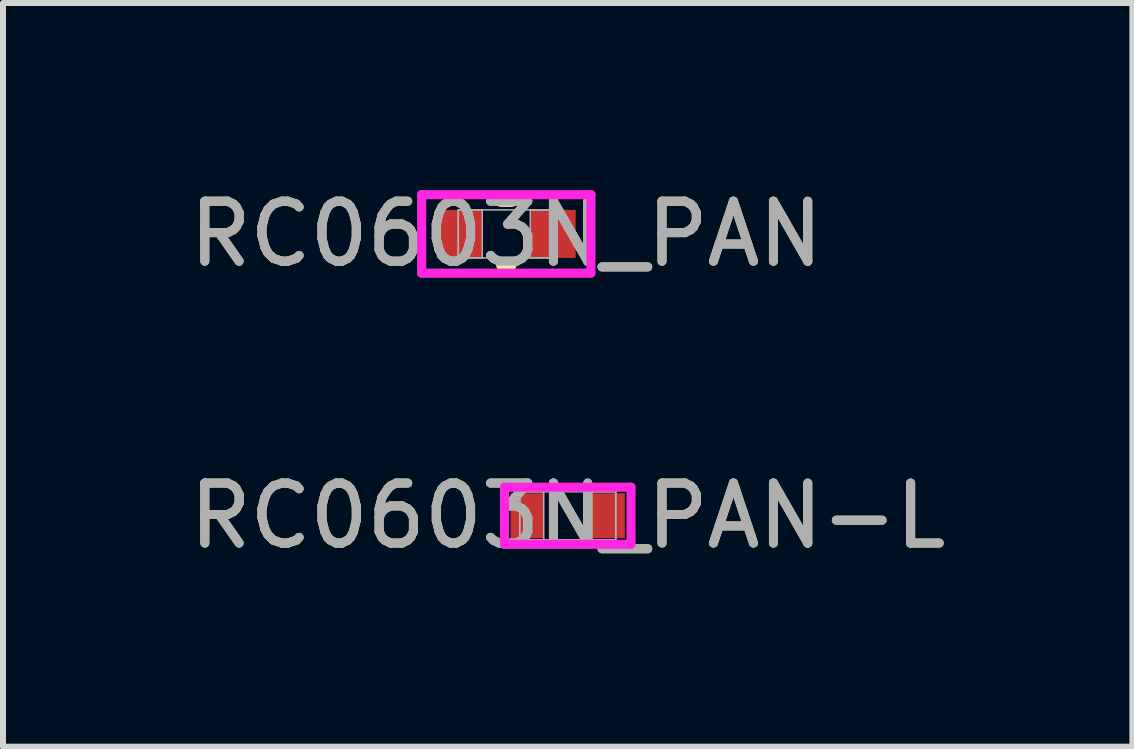
<source format=kicad_pcb>
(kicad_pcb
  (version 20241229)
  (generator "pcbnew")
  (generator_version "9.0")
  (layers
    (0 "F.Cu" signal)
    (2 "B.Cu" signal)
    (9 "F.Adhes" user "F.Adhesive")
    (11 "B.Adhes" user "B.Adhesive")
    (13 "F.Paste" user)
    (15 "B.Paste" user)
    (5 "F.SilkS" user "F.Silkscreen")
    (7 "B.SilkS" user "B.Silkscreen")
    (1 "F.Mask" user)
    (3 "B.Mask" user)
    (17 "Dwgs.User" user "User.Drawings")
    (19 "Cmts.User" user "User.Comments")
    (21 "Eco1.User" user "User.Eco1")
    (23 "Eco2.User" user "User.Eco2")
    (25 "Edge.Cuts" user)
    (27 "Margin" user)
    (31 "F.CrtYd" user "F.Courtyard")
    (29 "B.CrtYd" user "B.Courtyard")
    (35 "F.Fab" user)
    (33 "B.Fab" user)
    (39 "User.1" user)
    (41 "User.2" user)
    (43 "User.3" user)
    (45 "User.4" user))
  (footprint "RC0603N_PAN-L"
    (layer "F.Cu")
    (at 6.411 5.545)
    (property "Reference" "RC0603N_PAN-L" (at 0 0 0) (unlocked yes) (layer "F.SilkS") (effects (font (size 1 1) (thickness 0.15))))
    (attr smd)
    (fp_line (start -1.054 -0.476) (end 1.054 -0.476) (stroke (width 0.152) (type solid)) (layer "F.CrtYd"))
    (fp_line (start -1.054 0.476) (end -1.054 -0.476) (stroke (width 0.152) (type solid)) (layer "F.CrtYd"))
    (fp_line (start 1.054 -0.476) (end 1.054 0.476) (stroke (width 0.152) (type solid)) (layer "F.CrtYd"))
    (fp_line (start 1.054 0.476) (end -1.054 0.476) (stroke (width 0.152) (type solid)) (layer "F.CrtYd"))
    (fp_line (start -0.8 -0.4) (end -0.8 0.4) (stroke (width 0.025) (type solid)) (layer "F.Fab"))
    (fp_line (start -0.8 -0.4) (end -0.8 0.4) (stroke (width 0.025) (type solid)) (layer "F.Fab"))
    (fp_line (start -0.8 0.4) (end -0.4 0.4) (stroke (width 0.025) (type solid)) (layer "F.Fab"))
    (fp_line (start -0.8 0.4) (end 0.8 0.4) (stroke (width 0.025) (type solid)) (layer "F.Fab"))
    (fp_line (start -0.4 -0.4) (end -0.8 -0.4) (stroke (width 0.025) (type solid)) (layer "F.Fab"))
    (fp_line (start -0.4 0.4) (end -0.4 -0.4) (stroke (width 0.025) (type solid)) (layer "F.Fab"))
    (fp_line (start 0.4 -0.4) (end 0.4 0.4) (stroke (width 0.025) (type solid)) (layer "F.Fab"))
    (fp_line (start 0.4 0.4) (end 0.8 0.4) (stroke (width 0.025) (type solid)) (layer "F.Fab"))
    (fp_line (start 0.8 -0.4) (end -0.8 -0.4) (stroke (width 0.025) (type solid)) (layer "F.Fab"))
    (fp_line (start 0.8 -0.4) (end 0.4 -0.4) (stroke (width 0.025) (type solid)) (layer "F.Fab"))
    (fp_line (start 0.8 0.4) (end 0.8 -0.4) (stroke (width 0.025) (type solid)) (layer "F.Fab"))
    (fp_line (start 0.8 0.4) (end 0.8 -0.4) (stroke (width 0.025) (type solid)) (layer "F.Fab"))
    (fp_text user "${REFERENCE}" (at 0 0 0) (unlocked yes) (layer "F.Fab") (effects (font (size 1 1) (thickness 0.15))))
    (pad "1" smd rect (at -0.676 0) (size 0.552 0.749) (layers "F.Cu" "F.Mask" "F.Paste"))
    (pad "2" smd rect (at 0.676 0) (size 0.552 0.749) (layers "F.Cu" "F.Mask" "F.Paste"))
    (zone (net_name "") (layer "F.Cu") (hatch full 0.508) (connect_pads) (min_thickness 0.254) (filled_areas_thickness no) (keepout (tracks not_allowed) (vias not_allowed) (pads allowed) (copperpour not_allowed) (footprints allowed)) (placement (enabled no)) (fill) (polygon (pts (xy 6.062 5.196) (xy 6.76 5.196) (xy 6.76 5.894) (xy 6.062 5.894)))))
  (footprint "RC0603N_PAN"
    (layer "F.Cu")
    (at 5.387 0.848)
    (property "Reference" "RC0603N_PAN" (at 0 0 0) (unlocked yes) (layer "F.SilkS") (effects (font (size 1 1) (thickness 0.15))))
    (attr smd)
    (fp_line (start -0.092 0.527) (end 0.092 0.527) (stroke (width 0.152) (type solid)) (layer "F.SilkS"))
    (fp_line (start 0.092 -0.527) (end -0.092 -0.527) (stroke (width 0.152) (type solid)) (layer "F.SilkS"))
    (fp_line (start -1.41 -0.654) (end 1.41 -0.654) (stroke (width 0.152) (type solid)) (layer "F.CrtYd"))
    (fp_line (start -1.41 0.654) (end -1.41 -0.654) (stroke (width 0.152) (type solid)) (layer "F.CrtYd"))
    (fp_line (start 1.41 -0.654) (end 1.41 0.654) (stroke (width 0.152) (type solid)) (layer "F.CrtYd"))
    (fp_line (start 1.41 0.654) (end -1.41 0.654) (stroke (width 0.152) (type solid)) (layer "F.CrtYd"))
    (fp_line (start -0.8 -0.4) (end -0.8 0.4) (stroke (width 0.025) (type solid)) (layer "F.Fab"))
    (fp_line (start -0.8 -0.4) (end -0.8 0.4) (stroke (width 0.025) (type solid)) (layer "F.Fab"))
    (fp_line (start -0.8 0.4) (end -0.4 0.4) (stroke (width 0.025) (type solid)) (layer "F.Fab"))
    (fp_line (start -0.8 0.4) (end 0.8 0.4) (stroke (width 0.025) (type solid)) (layer "F.Fab"))
    (fp_line (start -0.4 -0.4) (end -0.8 -0.4) (stroke (width 0.025) (type solid)) (layer "F.Fab"))
    (fp_line (start -0.4 0.4) (end -0.4 -0.4) (stroke (width 0.025) (type solid)) (layer "F.Fab"))
    (fp_line (start 0.4 -0.4) (end 0.4 0.4) (stroke (width 0.025) (type solid)) (layer "F.Fab"))
    (fp_line (start 0.4 0.4) (end 0.8 0.4) (stroke (width 0.025) (type solid)) (layer "F.Fab"))
    (fp_line (start 0.8 -0.4) (end -0.8 -0.4) (stroke (width 0.025) (type solid)) (layer "F.Fab"))
    (fp_line (start 0.8 -0.4) (end 0.4 -0.4) (stroke (width 0.025) (type solid)) (layer "F.Fab"))
    (fp_line (start 0.8 0.4) (end 0.8 -0.4) (stroke (width 0.025) (type solid)) (layer "F.Fab"))
    (fp_line (start 0.8 0.4) (end 0.8 -0.4) (stroke (width 0.025) (type solid)) (layer "F.Fab"))
    (fp_text user "${REFERENCE}" (at 0 0 0) (unlocked yes) (layer "F.Fab") (effects (font (size 1 1) (thickness 0.15))))
    (pad "1" smd rect (at -0.778 0) (size 0.756 0.8) (layers "F.Cu" "F.Mask" "F.Paste"))
    (pad "2" smd rect (at 0.778 0) (size 0.756 0.8) (layers "F.Cu" "F.Mask" "F.Paste"))
    (zone (net_name "") (layer "F.Cu") (hatch full 0.508) (connect_pads) (min_thickness 0.254) (filled_areas_thickness no) (keepout (tracks not_allowed) (vias not_allowed) (pads allowed) (copperpour not_allowed) (footprints allowed)) (placement (enabled no)) (fill) (polygon (pts (xy 5.038 0.499) (xy 5.736 0.499) (xy 5.736 1.197) (xy 5.038 1.197)))))
  (gr_rect
    (start -3 -3)
    (end 15.821 9.393)
    (stroke (width 0.1) (type default))
    (fill no)
    (layer "Edge.Cuts")))
</source>
